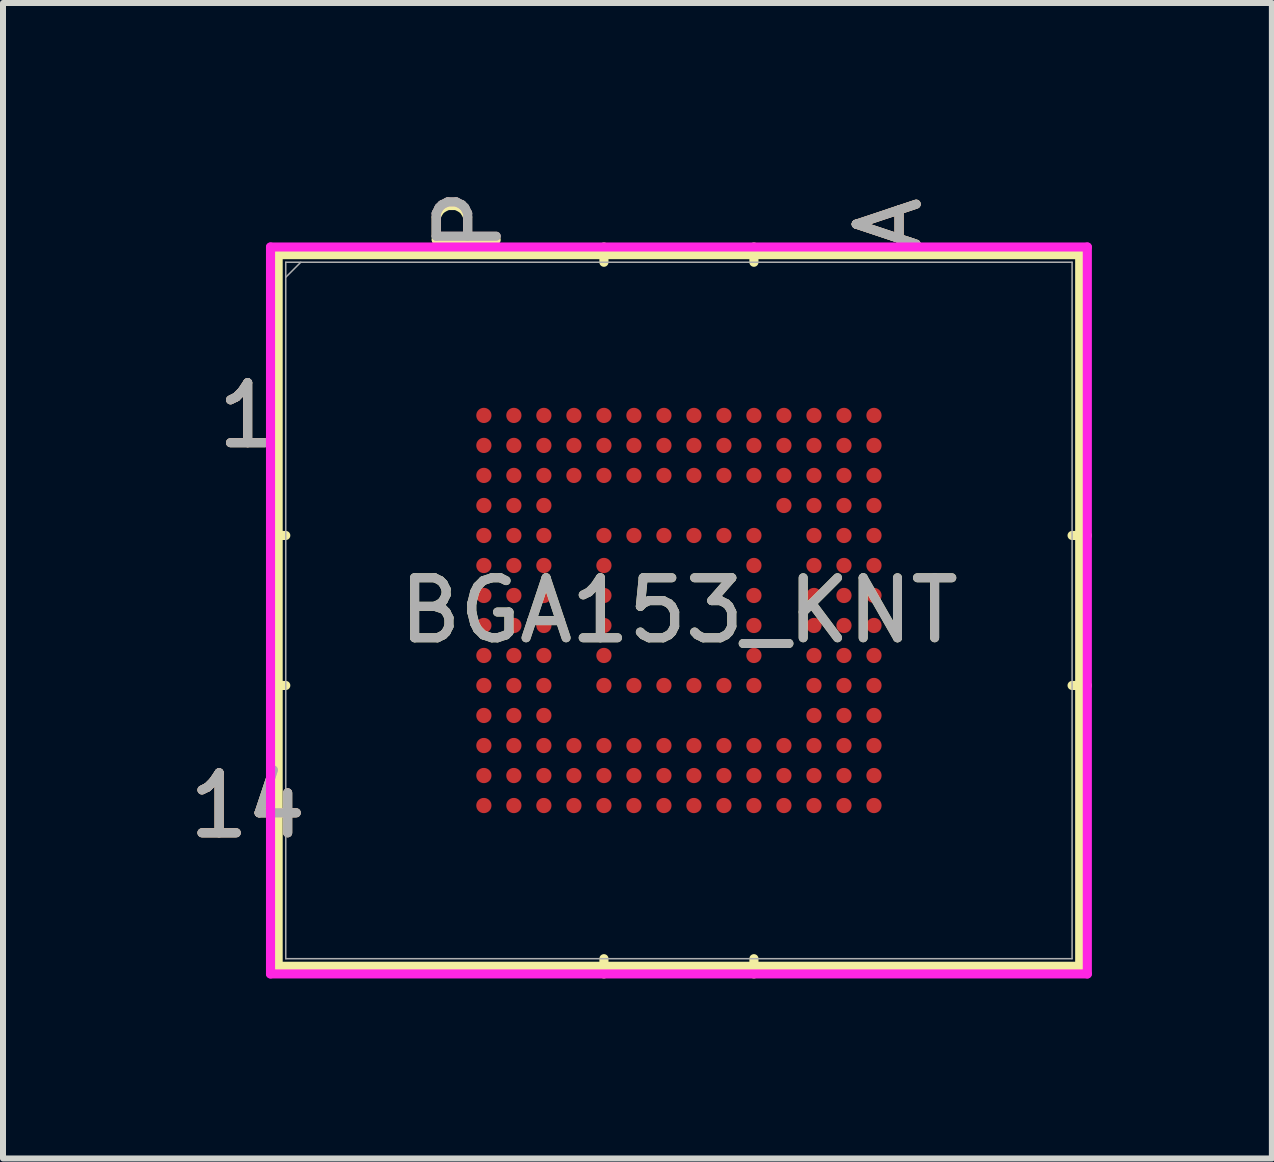
<source format=kicad_pcb>
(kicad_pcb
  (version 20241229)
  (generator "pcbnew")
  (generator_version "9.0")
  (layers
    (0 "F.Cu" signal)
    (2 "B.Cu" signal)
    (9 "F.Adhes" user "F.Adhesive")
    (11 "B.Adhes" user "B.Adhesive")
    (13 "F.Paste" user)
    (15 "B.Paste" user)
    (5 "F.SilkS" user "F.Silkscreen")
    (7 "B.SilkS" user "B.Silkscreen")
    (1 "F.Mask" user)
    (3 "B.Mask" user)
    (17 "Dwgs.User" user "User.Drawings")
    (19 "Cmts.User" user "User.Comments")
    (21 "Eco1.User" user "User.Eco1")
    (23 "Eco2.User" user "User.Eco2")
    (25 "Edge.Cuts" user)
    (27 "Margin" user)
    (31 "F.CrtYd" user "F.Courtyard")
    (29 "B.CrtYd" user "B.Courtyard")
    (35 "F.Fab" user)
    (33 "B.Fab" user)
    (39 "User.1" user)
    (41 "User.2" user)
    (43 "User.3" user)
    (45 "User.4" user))
  (footprint "BGA153_KNT"
    (layer "F.Cu")
    (at 8.266 7.125)
    (property "Reference" "BGA153_KNT" (at 0 0 0) (unlocked yes) (layer "F.SilkS") (effects (font (size 1 1) (thickness 0.15))))
    (attr smd)
    (fp_line (start -6.68 -5.931) (end -6.68 5.931) (stroke (width 0.152) (type solid)) (layer "F.SilkS"))
    (fp_line (start -6.68 5.931) (end 6.68 5.931) (stroke (width 0.152) (type solid)) (layer "F.SilkS"))
    (fp_line (start -6.553 -1.25) (end -6.807 -1.25) (stroke (width 0.152) (type solid)) (layer "F.SilkS"))
    (fp_line (start -6.553 1.25) (end -6.807 1.25) (stroke (width 0.152) (type solid)) (layer "F.SilkS"))
    (fp_line (start -1.25 -5.804) (end -1.25 -6.058) (stroke (width 0.152) (type solid)) (layer "F.SilkS"))
    (fp_line (start -1.25 5.804) (end -1.25 6.058) (stroke (width 0.152) (type solid)) (layer "F.SilkS"))
    (fp_line (start 1.25 -5.804) (end 1.25 -6.058) (stroke (width 0.152) (type solid)) (layer "F.SilkS"))
    (fp_line (start 1.25 5.804) (end 1.25 6.058) (stroke (width 0.152) (type solid)) (layer "F.SilkS"))
    (fp_line (start 6.553 -1.25) (end 6.807 -1.25) (stroke (width 0.152) (type solid)) (layer "F.SilkS"))
    (fp_line (start 6.553 1.25) (end 6.807 1.25) (stroke (width 0.152) (type solid)) (layer "F.SilkS"))
    (fp_line (start 6.68 -5.931) (end -6.68 -5.931) (stroke (width 0.152) (type solid)) (layer "F.SilkS"))
    (fp_line (start 6.68 5.931) (end 6.68 -5.931) (stroke (width 0.152) (type solid)) (layer "F.SilkS"))
    (fp_poly (pts (xy -3.945 -3.945) (xy 3.945 -3.945) (xy 3.945 3.945) (xy -3.945 3.945)) (stroke (width 0.1) (type solid)) (fill no) (layer "Eco2.User"))
    (fp_line (start -6.807 -6.058) (end 6.807 -6.058) (stroke (width 0.152) (type solid)) (layer "F.CrtYd"))
    (fp_line (start -6.807 6.058) (end -6.807 -6.058) (stroke (width 0.152) (type solid)) (layer "F.CrtYd"))
    (fp_line (start 6.807 -6.058) (end 6.807 6.058) (stroke (width 0.152) (type solid)) (layer "F.CrtYd"))
    (fp_line (start 6.807 6.058) (end -6.807 6.058) (stroke (width 0.152) (type solid)) (layer "F.CrtYd"))
    (fp_line (start -6.553 -5.804) (end -6.553 5.804) (stroke (width 0.025) (type solid)) (layer "F.Fab"))
    (fp_line (start -6.553 5.804) (end 6.553 5.804) (stroke (width 0.025) (type solid)) (layer "F.Fab"))
    (fp_line (start -6.303 -5.804) (end -6.553 -5.554) (stroke (width 0.025) (type solid)) (layer "F.Fab"))
    (fp_line (start 6.553 -5.804) (end -6.553 -5.804) (stroke (width 0.025) (type solid)) (layer "F.Fab"))
    (fp_line (start 6.553 5.804) (end 6.553 -5.804) (stroke (width 0.025) (type solid)) (layer "F.Fab"))
    (fp_text user "P" (at -3.5 -6.439 90) (unlocked yes) (layer "F.SilkS") (effects (font (size 1 1) (thickness 0.15))))
    (fp_text user "1" (at -7.188 -3.251 0) (unlocked yes) (layer "F.SilkS") (effects (font (size 1 1) (thickness 0.15))))
    (fp_text user "14" (at -7.188 3.251 0) (unlocked yes) (layer "F.SilkS") (effects (font (size 1 1) (thickness 0.15))))
    (fp_text user "A" (at 3.5 -6.439 90) (unlocked yes) (layer "F.SilkS") (effects (font (size 1 1) (thickness 0.15))))
    (fp_text user "14" (at -7.188 3.251 0) (unlocked yes) (layer "B.SilkS") (effects (font (size 1 1) (thickness 0.15))))
    (fp_text user "1" (at -7.188 -3.251 0) (unlocked yes) (layer "B.SilkS") (effects (font (size 1 1) (thickness 0.15))))
    (fp_text user "A" (at 3.5 -6.439 90) (unlocked yes) (layer "B.SilkS") (effects (font (size 1 1) (thickness 0.15))))
    (fp_text user "P" (at -3.5 -6.5 90) (unlocked yes) (layer "B.SilkS") (effects (font (size 1 1) (thickness 0.15))))
    (fp_text user "A" (at 3.5 -6.439 90) (unlocked yes) (layer "F.Fab") (effects (font (size 1 1) (thickness 0.15))))
    (fp_text user "P" (at -3.5 -6.5 90) (unlocked yes) (layer "F.Fab") (effects (font (size 1 1) (thickness 0.15))))
    (fp_text user "14" (at -7.188 3.251 0) (unlocked yes) (layer "F.Fab") (effects (font (size 1 1) (thickness 0.15))))
    (fp_text user "1" (at -7.188 -3.251 0) (unlocked yes) (layer "F.Fab") (effects (font (size 1 1) (thickness 0.15))))
    (fp_text user "${REFERENCE}" (at 0 0 0) (unlocked yes) (layer "F.Fab") (effects (font (size 1 1) (thickness 0.15))))
    (pad "A1" smd circle (at 3.251 -3.251) (size 0.254 0.254) (layers "F.Cu" "F.Mask" "F.Paste"))
    (pad "A2" smd circle (at 3.251 -2.751) (size 0.254 0.254) (layers "F.Cu" "F.Mask" "F.Paste"))
    (pad "A3" smd circle (at 3.251 -2.251) (size 0.254 0.254) (layers "F.Cu" "F.Mask" "F.Paste"))
    (pad "A4" smd circle (at 3.251 -1.75) (size 0.254 0.254) (layers "F.Cu" "F.Mask" "F.Paste"))
    (pad "A5" smd circle (at 3.251 -1.25) (size 0.254 0.254) (layers "F.Cu" "F.Mask" "F.Paste"))
    (pad "A6" smd circle (at 3.251 -0.75) (size 0.254 0.254) (layers "F.Cu" "F.Mask" "F.Paste"))
    (pad "A7" smd circle (at 3.251 -0.25) (size 0.254 0.254) (layers "F.Cu" "F.Mask" "F.Paste"))
    (pad "A8" smd circle (at 3.251 0.25) (size 0.254 0.254) (layers "F.Cu" "F.Mask" "F.Paste"))
    (pad "A9" smd circle (at 3.251 0.75) (size 0.254 0.254) (layers "F.Cu" "F.Mask" "F.Paste"))
    (pad "A10" smd circle (at 3.251 1.25) (size 0.254 0.254) (layers "F.Cu" "F.Mask" "F.Paste"))
    (pad "A11" smd circle (at 3.251 1.75) (size 0.254 0.254) (layers "F.Cu" "F.Mask" "F.Paste"))
    (pad "A12" smd circle (at 3.251 2.251) (size 0.254 0.254) (layers "F.Cu" "F.Mask" "F.Paste"))
    (pad "A13" smd circle (at 3.251 2.751) (size 0.254 0.254) (layers "F.Cu" "F.Mask" "F.Paste"))
    (pad "A14" smd circle (at 3.251 3.251) (size 0.254 0.254) (layers "F.Cu" "F.Mask" "F.Paste"))
    (pad "B1" smd circle (at 2.751 -3.251) (size 0.254 0.254) (layers "F.Cu" "F.Mask" "F.Paste"))
    (pad "B2" smd circle (at 2.751 -2.751) (size 0.254 0.254) (layers "F.Cu" "F.Mask" "F.Paste"))
    (pad "B3" smd circle (at 2.751 -2.251) (size 0.254 0.254) (layers "F.Cu" "F.Mask" "F.Paste"))
    (pad "B4" smd circle (at 2.751 -1.75) (size 0.254 0.254) (layers "F.Cu" "F.Mask" "F.Paste"))
    (pad "B5" smd circle (at 2.751 -1.25) (size 0.254 0.254) (layers "F.Cu" "F.Mask" "F.Paste"))
    (pad "B6" smd circle (at 2.751 -0.75) (size 0.254 0.254) (layers "F.Cu" "F.Mask" "F.Paste"))
    (pad "B7" smd circle (at 2.751 -0.25) (size 0.254 0.254) (layers "F.Cu" "F.Mask" "F.Paste"))
    (pad "B8" smd circle (at 2.751 0.25) (size 0.254 0.254) (layers "F.Cu" "F.Mask" "F.Paste"))
    (pad "B9" smd circle (at 2.751 0.75) (size 0.254 0.254) (layers "F.Cu" "F.Mask" "F.Paste"))
    (pad "B10" smd circle (at 2.751 1.25) (size 0.254 0.254) (layers "F.Cu" "F.Mask" "F.Paste"))
    (pad "B11" smd circle (at 2.751 1.75) (size 0.254 0.254) (layers "F.Cu" "F.Mask" "F.Paste"))
    (pad "B12" smd circle (at 2.751 2.251) (size 0.254 0.254) (layers "F.Cu" "F.Mask" "F.Paste"))
    (pad "B13" smd circle (at 2.751 2.751) (size 0.254 0.254) (layers "F.Cu" "F.Mask" "F.Paste"))
    (pad "B14" smd circle (at 2.751 3.251) (size 0.254 0.254) (layers "F.Cu" "F.Mask" "F.Paste"))
    (pad "C1" smd circle (at 2.251 -3.251) (size 0.254 0.254) (layers "F.Cu" "F.Mask" "F.Paste"))
    (pad "C2" smd circle (at 2.251 -2.751) (size 0.254 0.254) (layers "F.Cu" "F.Mask" "F.Paste"))
    (pad "C3" smd circle (at 2.251 -2.251) (size 0.254 0.254) (layers "F.Cu" "F.Mask" "F.Paste"))
    (pad "C4" smd circle (at 2.251 -1.75) (size 0.254 0.254) (layers "F.Cu" "F.Mask" "F.Paste"))
    (pad "C5" smd circle (at 2.251 -1.25) (size 0.254 0.254) (layers "F.Cu" "F.Mask" "F.Paste"))
    (pad "C6" smd circle (at 2.251 -0.75) (size 0.254 0.254) (layers "F.Cu" "F.Mask" "F.Paste"))
    (pad "C7" smd circle (at 2.251 -0.25) (size 0.254 0.254) (layers "F.Cu" "F.Mask" "F.Paste"))
    (pad "C8" smd circle (at 2.251 0.25) (size 0.254 0.254) (layers "F.Cu" "F.Mask" "F.Paste"))
    (pad "C9" smd circle (at 2.251 0.75) (size 0.254 0.254) (layers "F.Cu" "F.Mask" "F.Paste"))
    (pad "C10" smd circle (at 2.251 1.25) (size 0.254 0.254) (layers "F.Cu" "F.Mask" "F.Paste"))
    (pad "C11" smd circle (at 2.251 1.75) (size 0.254 0.254) (layers "F.Cu" "F.Mask" "F.Paste"))
    (pad "C12" smd circle (at 2.251 2.251) (size 0.254 0.254) (layers "F.Cu" "F.Mask" "F.Paste"))
    (pad "C13" smd circle (at 2.251 2.751) (size 0.254 0.254) (layers "F.Cu" "F.Mask" "F.Paste"))
    (pad "C14" smd circle (at 2.251 3.251) (size 0.254 0.254) (layers "F.Cu" "F.Mask" "F.Paste"))
    (pad "D1" smd circle (at 1.75 -3.251) (size 0.254 0.254) (layers "F.Cu" "F.Mask" "F.Paste"))
    (pad "D2" smd circle (at 1.75 -2.751) (size 0.254 0.254) (layers "F.Cu" "F.Mask" "F.Paste"))
    (pad "D3" smd circle (at 1.75 -2.251) (size 0.254 0.254) (layers "F.Cu" "F.Mask" "F.Paste"))
    (pad "D4" smd circle (at 1.75 -1.75) (size 0.254 0.254) (layers "F.Cu" "F.Mask" "F.Paste"))
    (pad "D12" smd circle (at 1.75 2.251) (size 0.254 0.254) (layers "F.Cu" "F.Mask" "F.Paste"))
    (pad "D13" smd circle (at 1.75 2.751) (size 0.254 0.254) (layers "F.Cu" "F.Mask" "F.Paste"))
    (pad "D14" smd circle (at 1.75 3.251) (size 0.254 0.254) (layers "F.Cu" "F.Mask" "F.Paste"))
    (pad "E1" smd circle (at 1.25 -3.251) (size 0.254 0.254) (layers "F.Cu" "F.Mask" "F.Paste"))
    (pad "E2" smd circle (at 1.25 -2.751) (size 0.254 0.254) (layers "F.Cu" "F.Mask" "F.Paste"))
    (pad "E3" smd circle (at 1.25 -2.251) (size 0.254 0.254) (layers "F.Cu" "F.Mask" "F.Paste"))
    (pad "E5" smd circle (at 1.25 -1.25) (size 0.254 0.254) (layers "F.Cu" "F.Mask" "F.Paste"))
    (pad "E6" smd circle (at 1.25 -0.75) (size 0.254 0.254) (layers "F.Cu" "F.Mask" "F.Paste"))
    (pad "E7" smd circle (at 1.25 -0.25) (size 0.254 0.254) (layers "F.Cu" "F.Mask" "F.Paste"))
    (pad "E8" smd circle (at 1.25 0.25) (size 0.254 0.254) (layers "F.Cu" "F.Mask" "F.Paste"))
    (pad "E9" smd circle (at 1.25 0.75) (size 0.254 0.254) (layers "F.Cu" "F.Mask" "F.Paste"))
    (pad "E10" smd circle (at 1.25 1.25) (size 0.254 0.254) (layers "F.Cu" "F.Mask" "F.Paste"))
    (pad "E12" smd circle (at 1.25 2.251) (size 0.254 0.254) (layers "F.Cu" "F.Mask" "F.Paste"))
    (pad "E13" smd circle (at 1.25 2.751) (size 0.254 0.254) (layers "F.Cu" "F.Mask" "F.Paste"))
    (pad "E14" smd circle (at 1.25 3.251) (size 0.254 0.254) (layers "F.Cu" "F.Mask" "F.Paste"))
    (pad "F1" smd circle (at 0.75 -3.251) (size 0.254 0.254) (layers "F.Cu" "F.Mask" "F.Paste"))
    (pad "F2" smd circle (at 0.75 -2.751) (size 0.254 0.254) (layers "F.Cu" "F.Mask" "F.Paste"))
    (pad "F3" smd circle (at 0.75 -2.251) (size 0.254 0.254) (layers "F.Cu" "F.Mask" "F.Paste"))
    (pad "F5" smd circle (at 0.75 -1.25) (size 0.254 0.254) (layers "F.Cu" "F.Mask" "F.Paste"))
    (pad "F10" smd circle (at 0.75 1.25) (size 0.254 0.254) (layers "F.Cu" "F.Mask" "F.Paste"))
    (pad "F12" smd circle (at 0.75 2.251) (size 0.254 0.254) (layers "F.Cu" "F.Mask" "F.Paste"))
    (pad "F13" smd circle (at 0.75 2.751) (size 0.254 0.254) (layers "F.Cu" "F.Mask" "F.Paste"))
    (pad "F14" smd circle (at 0.75 3.251) (size 0.254 0.254) (layers "F.Cu" "F.Mask" "F.Paste"))
    (pad "G1" smd circle (at 0.25 -3.251) (size 0.254 0.254) (layers "F.Cu" "F.Mask" "F.Paste"))
    (pad "G2" smd circle (at 0.25 -2.751) (size 0.254 0.254) (layers "F.Cu" "F.Mask" "F.Paste"))
    (pad "G3" smd circle (at 0.25 -2.251) (size 0.254 0.254) (layers "F.Cu" "F.Mask" "F.Paste"))
    (pad "G5" smd circle (at 0.25 -1.25) (size 0.254 0.254) (layers "F.Cu" "F.Mask" "F.Paste"))
    (pad "G10" smd circle (at 0.25 1.25) (size 0.254 0.254) (layers "F.Cu" "F.Mask" "F.Paste"))
    (pad "G12" smd circle (at 0.25 2.251) (size 0.254 0.254) (layers "F.Cu" "F.Mask" "F.Paste"))
    (pad "G13" smd circle (at 0.25 2.751) (size 0.254 0.254) (layers "F.Cu" "F.Mask" "F.Paste"))
    (pad "G14" smd circle (at 0.25 3.251) (size 0.254 0.254) (layers "F.Cu" "F.Mask" "F.Paste"))
    (pad "H1" smd circle (at -0.25 -3.251) (size 0.254 0.254) (layers "F.Cu" "F.Mask" "F.Paste"))
    (pad "H2" smd circle (at -0.25 -2.751) (size 0.254 0.254) (layers "F.Cu" "F.Mask" "F.Paste"))
    (pad "H3" smd circle (at -0.25 -2.251) (size 0.254 0.254) (layers "F.Cu" "F.Mask" "F.Paste"))
    (pad "H5" smd circle (at -0.25 -1.25) (size 0.254 0.254) (layers "F.Cu" "F.Mask" "F.Paste"))
    (pad "H10" smd circle (at -0.25 1.25) (size 0.254 0.254) (layers "F.Cu" "F.Mask" "F.Paste"))
    (pad "H12" smd circle (at -0.25 2.251) (size 0.254 0.254) (layers "F.Cu" "F.Mask" "F.Paste"))
    (pad "H13" smd circle (at -0.25 2.751) (size 0.254 0.254) (layers "F.Cu" "F.Mask" "F.Paste"))
    (pad "H14" smd circle (at -0.25 3.251) (size 0.254 0.254) (layers "F.Cu" "F.Mask" "F.Paste"))
    (pad "J1" smd circle (at -0.75 -3.251) (size 0.254 0.254) (layers "F.Cu" "F.Mask" "F.Paste"))
    (pad "J2" smd circle (at -0.75 -2.751) (size 0.254 0.254) (layers "F.Cu" "F.Mask" "F.Paste"))
    (pad "J3" smd circle (at -0.75 -2.251) (size 0.254 0.254) (layers "F.Cu" "F.Mask" "F.Paste"))
    (pad "J5" smd circle (at -0.75 -1.25) (size 0.254 0.254) (layers "F.Cu" "F.Mask" "F.Paste"))
    (pad "J10" smd circle (at -0.75 1.25) (size 0.254 0.254) (layers "F.Cu" "F.Mask" "F.Paste"))
    (pad "J12" smd circle (at -0.75 2.251) (size 0.254 0.254) (layers "F.Cu" "F.Mask" "F.Paste"))
    (pad "J13" smd circle (at -0.75 2.751) (size 0.254 0.254) (layers "F.Cu" "F.Mask" "F.Paste"))
    (pad "J14" smd circle (at -0.75 3.251) (size 0.254 0.254) (layers "F.Cu" "F.Mask" "F.Paste"))
    (pad "K1" smd circle (at -1.25 -3.251) (size 0.254 0.254) (layers "F.Cu" "F.Mask" "F.Paste"))
    (pad "K2" smd circle (at -1.25 -2.751) (size 0.254 0.254) (layers "F.Cu" "F.Mask" "F.Paste"))
    (pad "K3" smd circle (at -1.25 -2.251) (size 0.254 0.254) (layers "F.Cu" "F.Mask" "F.Paste"))
    (pad "K5" smd circle (at -1.25 -1.25) (size 0.254 0.254) (layers "F.Cu" "F.Mask" "F.Paste"))
    (pad "K6" smd circle (at -1.25 -0.75) (size 0.254 0.254) (layers "F.Cu" "F.Mask" "F.Paste"))
    (pad "K7" smd circle (at -1.25 -0.25) (size 0.254 0.254) (layers "F.Cu" "F.Mask" "F.Paste"))
    (pad "K8" smd circle (at -1.25 0.25) (size 0.254 0.254) (layers "F.Cu" "F.Mask" "F.Paste"))
    (pad "K9" smd circle (at -1.25 0.75) (size 0.254 0.254) (layers "F.Cu" "F.Mask" "F.Paste"))
    (pad "K10" smd circle (at -1.25 1.25) (size 0.254 0.254) (layers "F.Cu" "F.Mask" "F.Paste"))
    (pad "K12" smd circle (at -1.25 2.251) (size 0.254 0.254) (layers "F.Cu" "F.Mask" "F.Paste"))
    (pad "K13" smd circle (at -1.25 2.751) (size 0.254 0.254) (layers "F.Cu" "F.Mask" "F.Paste"))
    (pad "K14" smd circle (at -1.25 3.251) (size 0.254 0.254) (layers "F.Cu" "F.Mask" "F.Paste"))
    (pad "L1" smd circle (at -1.75 -3.251) (size 0.254 0.254) (layers "F.Cu" "F.Mask" "F.Paste"))
    (pad "L2" smd circle (at -1.75 -2.751) (size 0.254 0.254) (layers "F.Cu" "F.Mask" "F.Paste"))
    (pad "L3" smd circle (at -1.75 -2.251) (size 0.254 0.254) (layers "F.Cu" "F.Mask" "F.Paste"))
    (pad "L12" smd circle (at -1.75 2.251) (size 0.254 0.254) (layers "F.Cu" "F.Mask" "F.Paste"))
    (pad "L13" smd circle (at -1.75 2.751) (size 0.254 0.254) (layers "F.Cu" "F.Mask" "F.Paste"))
    (pad "L14" smd circle (at -1.75 3.251) (size 0.254 0.254) (layers "F.Cu" "F.Mask" "F.Paste"))
    (pad "M1" smd circle (at -2.251 -3.251) (size 0.254 0.254) (layers "F.Cu" "F.Mask" "F.Paste"))
    (pad "M2" smd circle (at -2.251 -2.751) (size 0.254 0.254) (layers "F.Cu" "F.Mask" "F.Paste"))
    (pad "M3" smd circle (at -2.251 -2.251) (size 0.254 0.254) (layers "F.Cu" "F.Mask" "F.Paste"))
    (pad "M4" smd circle (at -2.251 -1.75) (size 0.254 0.254) (layers "F.Cu" "F.Mask" "F.Paste"))
    (pad "M5" smd circle (at -2.251 -1.25) (size 0.254 0.254) (layers "F.Cu" "F.Mask" "F.Paste"))
    (pad "M6" smd circle (at -2.251 -0.75) (size 0.254 0.254) (layers "F.Cu" "F.Mask" "F.Paste"))
    (pad "M7" smd circle (at -2.251 -0.25) (size 0.254 0.254) (layers "F.Cu" "F.Mask" "F.Paste"))
    (pad "M8" smd circle (at -2.251 0.25) (size 0.254 0.254) (layers "F.Cu" "F.Mask" "F.Paste"))
    (pad "M9" smd circle (at -2.251 0.75) (size 0.254 0.254) (layers "F.Cu" "F.Mask" "F.Paste"))
    (pad "M10" smd circle (at -2.251 1.25) (size 0.254 0.254) (layers "F.Cu" "F.Mask" "F.Paste"))
    (pad "M11" smd circle (at -2.251 1.75) (size 0.254 0.254) (layers "F.Cu" "F.Mask" "F.Paste"))
    (pad "M12" smd circle (at -2.251 2.251) (size 0.254 0.254) (layers "F.Cu" "F.Mask" "F.Paste"))
    (pad "M13" smd circle (at -2.251 2.751) (size 0.254 0.254) (layers "F.Cu" "F.Mask" "F.Paste"))
    (pad "M14" smd circle (at -2.251 3.251) (size 0.254 0.254) (layers "F.Cu" "F.Mask" "F.Paste"))
    (pad "N1" smd circle (at -2.751 -3.251) (size 0.254 0.254) (layers "F.Cu" "F.Mask" "F.Paste"))
    (pad "N2" smd circle (at -2.751 -2.751) (size 0.254 0.254) (layers "F.Cu" "F.Mask" "F.Paste"))
    (pad "N3" smd circle (at -2.751 -2.251) (size 0.254 0.254) (layers "F.Cu" "F.Mask" "F.Paste"))
    (pad "N4" smd circle (at -2.751 -1.75) (size 0.254 0.254) (layers "F.Cu" "F.Mask" "F.Paste"))
    (pad "N5" smd circle (at -2.751 -1.25) (size 0.254 0.254) (layers "F.Cu" "F.Mask" "F.Paste"))
    (pad "N6" smd circle (at -2.751 -0.75) (size 0.254 0.254) (layers "F.Cu" "F.Mask" "F.Paste"))
    (pad "N7" smd circle (at -2.751 -0.25) (size 0.254 0.254) (layers "F.Cu" "F.Mask" "F.Paste"))
    (pad "N8" smd circle (at -2.751 0.25) (size 0.254 0.254) (layers "F.Cu" "F.Mask" "F.Paste"))
    (pad "N9" smd circle (at -2.751 0.75) (size 0.254 0.254) (layers "F.Cu" "F.Mask" "F.Paste"))
    (pad "N10" smd circle (at -2.751 1.25) (size 0.254 0.254) (layers "F.Cu" "F.Mask" "F.Paste"))
    (pad "N11" smd circle (at -2.751 1.75) (size 0.254 0.254) (layers "F.Cu" "F.Mask" "F.Paste"))
    (pad "N12" smd circle (at -2.751 2.251) (size 0.254 0.254) (layers "F.Cu" "F.Mask" "F.Paste"))
    (pad "N13" smd circle (at -2.751 2.751) (size 0.254 0.254) (layers "F.Cu" "F.Mask" "F.Paste"))
    (pad "N14" smd circle (at -2.751 3.251) (size 0.254 0.254) (layers "F.Cu" "F.Mask" "F.Paste"))
    (pad "P1" smd circle (at -3.251 -3.251) (size 0.254 0.254) (layers "F.Cu" "F.Mask" "F.Paste"))
    (pad "P2" smd circle (at -3.251 -2.751) (size 0.254 0.254) (layers "F.Cu" "F.Mask" "F.Paste"))
    (pad "P3" smd circle (at -3.251 -2.251) (size 0.254 0.254) (layers "F.Cu" "F.Mask" "F.Paste"))
    (pad "P4" smd circle (at -3.251 -1.75) (size 0.254 0.254) (layers "F.Cu" "F.Mask" "F.Paste"))
    (pad "P5" smd circle (at -3.251 -1.25) (size 0.254 0.254) (layers "F.Cu" "F.Mask" "F.Paste"))
    (pad "P6" smd circle (at -3.251 -0.75) (size 0.254 0.254) (layers "F.Cu" "F.Mask" "F.Paste"))
    (pad "P7" smd circle (at -3.251 -0.25) (size 0.254 0.254) (layers "F.Cu" "F.Mask" "F.Paste"))
    (pad "P8" smd circle (at -3.251 0.25) (size 0.254 0.254) (layers "F.Cu" "F.Mask" "F.Paste"))
    (pad "P9" smd circle (at -3.251 0.75) (size 0.254 0.254) (layers "F.Cu" "F.Mask" "F.Paste"))
    (pad "P10" smd circle (at -3.251 1.25) (size 0.254 0.254) (layers "F.Cu" "F.Mask" "F.Paste"))
    (pad "P11" smd circle (at -3.251 1.75) (size 0.254 0.254) (layers "F.Cu" "F.Mask" "F.Paste"))
    (pad "P12" smd circle (at -3.251 2.251) (size 0.254 0.254) (layers "F.Cu" "F.Mask" "F.Paste"))
    (pad "P13" smd circle (at -3.251 2.751) (size 0.254 0.254) (layers "F.Cu" "F.Mask" "F.Paste"))
    (pad "P14" smd circle (at -3.251 3.251) (size 0.254 0.254) (layers "F.Cu" "F.Mask" "F.Paste")))
  (gr_rect
    (start -3 -3)
    (end 18.149 16.259)
    (stroke (width 0.1) (type default))
    (fill no)
    (layer "Edge.Cuts")))
</source>
